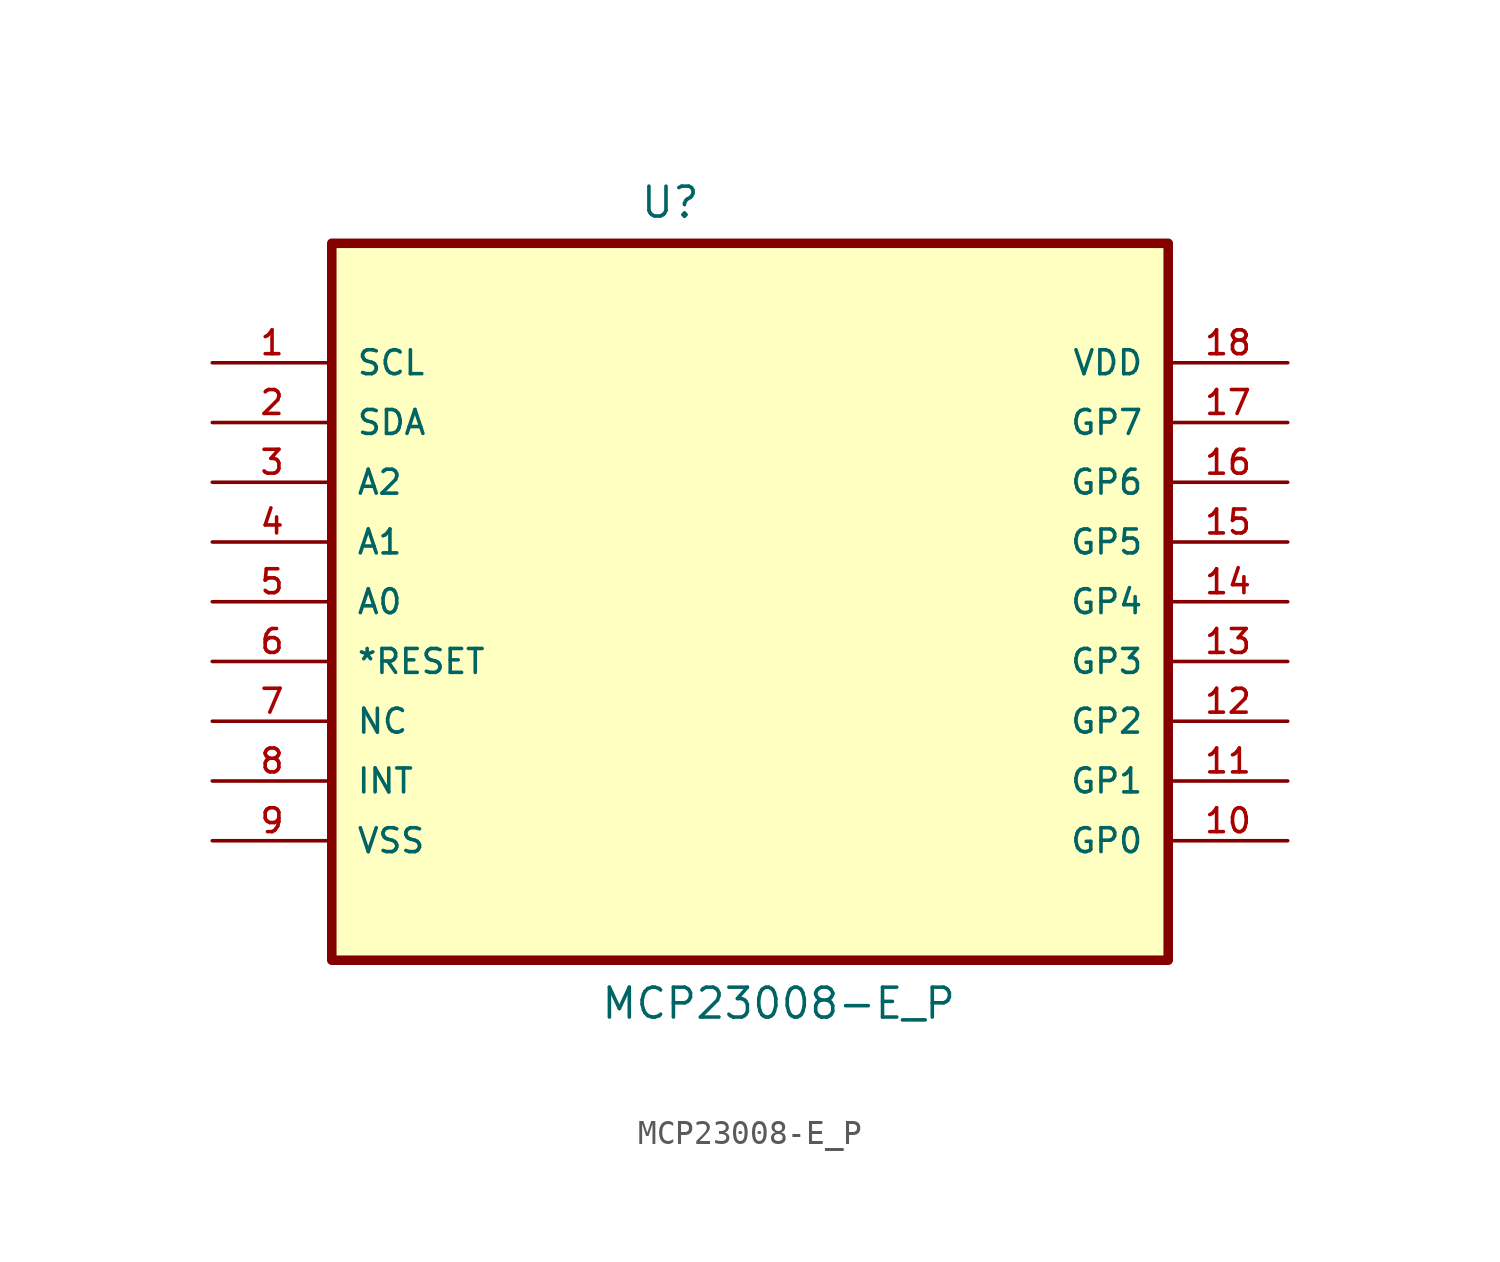
<source format=kicad_sym>
(kicad_symbol_lib
  (version 20231120)
  (generator "kicad_symbol_editor")
  (generator_version "8.0")
  (symbol "MCP23008-E_P"
    (pin_names
      (offset 1.016))
    (property "Reference" "U"
      (at -4.7 13.695 0)
      (effects (font (size 1.27 1.27)) (justify left bottom)))
    (property "Value" "MCP23008-E_P"
      (at -6.38 -20.359 0)
      (effects (font (size 1.27 1.27)) (justify left bottom)))
    (symbol "MCP23008-E_P_0_0"
      (rectangle (start -17.78 -17.78) (end 17.78 12.7) (stroke (width 0.406) (type default)) (fill (type background)))
      (pin input line (at -22.86 7.62 0) (length 5.08) (name "SCL" (effects (font (size 1.016 1.016)))) (number "1" (effects (font (size 1.016 1.016)))))
      (pin passive line (at 22.86 -12.7 180) (length 5.08) (name "GP0" (effects (font (size 1.016 1.016)))) (number "10" (effects (font (size 1.016 1.016)))))
      (pin passive line (at 22.86 -10.16 180) (length 5.08) (name "GP1" (effects (font (size 1.016 1.016)))) (number "11" (effects (font (size 1.016 1.016)))))
      (pin passive line (at 22.86 -7.62 180) (length 5.08) (name "GP2" (effects (font (size 1.016 1.016)))) (number "12" (effects (font (size 1.016 1.016)))))
      (pin passive line (at 22.86 -5.08 180) (length 5.08) (name "GP3" (effects (font (size 1.016 1.016)))) (number "13" (effects (font (size 1.016 1.016)))))
      (pin passive line (at 22.86 -2.54 180) (length 5.08) (name "GP4" (effects (font (size 1.016 1.016)))) (number "14" (effects (font (size 1.016 1.016)))))
      (pin passive line (at 22.86 0 180) (length 5.08) (name "GP5" (effects (font (size 1.016 1.016)))) (number "15" (effects (font (size 1.016 1.016)))))
      (pin passive line (at 22.86 2.54 180) (length 5.08) (name "GP6" (effects (font (size 1.016 1.016)))) (number "16" (effects (font (size 1.016 1.016)))))
      (pin passive line (at 22.86 5.08 180) (length 5.08) (name "GP7" (effects (font (size 1.016 1.016)))) (number "17" (effects (font (size 1.016 1.016)))))
      (pin power_in line (at 22.86 7.62 180) (length 5.08) (name "VDD" (effects (font (size 1.016 1.016)))) (number "18" (effects (font (size 1.016 1.016)))))
      (pin passive line (at -22.86 5.08 0) (length 5.08) (name "SDA" (effects (font (size 1.016 1.016)))) (number "2" (effects (font (size 1.016 1.016)))))
      (pin passive line (at -22.86 2.54 0) (length 5.08) (name "A2" (effects (font (size 1.016 1.016)))) (number "3" (effects (font (size 1.016 1.016)))))
      (pin input line (at -22.86 0 0) (length 5.08) (name "A1" (effects (font (size 1.016 1.016)))) (number "4" (effects (font (size 1.016 1.016)))))
      (pin input line (at -22.86 -2.54 0) (length 5.08) (name "A0" (effects (font (size 1.016 1.016)))) (number "5" (effects (font (size 1.016 1.016)))))
      (pin input line (at -22.86 -5.08 0) (length 5.08) (name "*RESET" (effects (font (size 1.016 1.016)))) (number "6" (effects (font (size 1.016 1.016)))))
      (pin input line (at -22.86 -7.62 0) (length 5.08) (name "NC" (effects (font (size 1.016 1.016)))) (number "7" (effects (font (size 1.016 1.016)))))
      (pin output line (at -22.86 -10.16 0) (length 5.08) (name "INT" (effects (font (size 1.016 1.016)))) (number "8" (effects (font (size 1.016 1.016)))))
      (pin passive line (at -22.86 -12.7 0) (length 5.08) (name "VSS" (effects (font (size 1.016 1.016)))) (number "9" (effects (font (size 1.016 1.016))))))))
</source>
